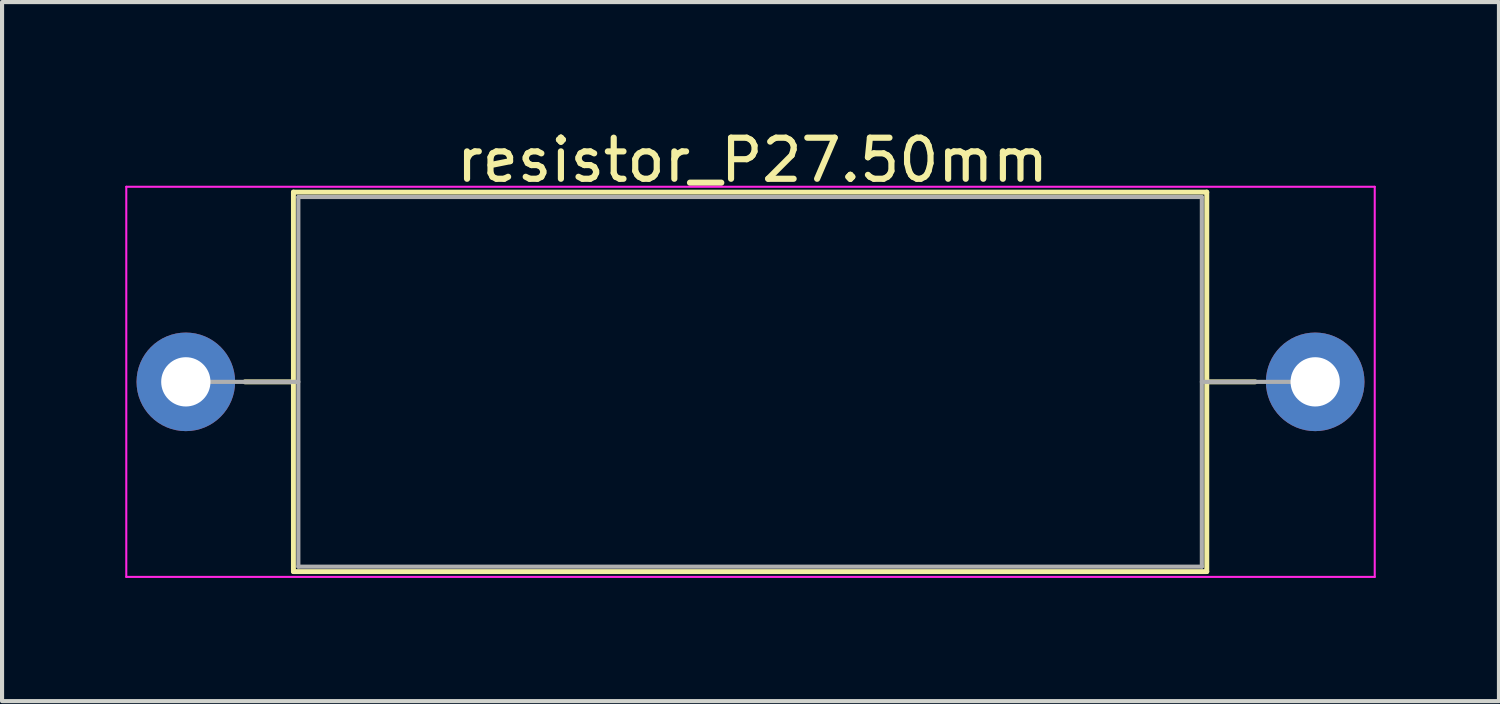
<source format=kicad_pcb>
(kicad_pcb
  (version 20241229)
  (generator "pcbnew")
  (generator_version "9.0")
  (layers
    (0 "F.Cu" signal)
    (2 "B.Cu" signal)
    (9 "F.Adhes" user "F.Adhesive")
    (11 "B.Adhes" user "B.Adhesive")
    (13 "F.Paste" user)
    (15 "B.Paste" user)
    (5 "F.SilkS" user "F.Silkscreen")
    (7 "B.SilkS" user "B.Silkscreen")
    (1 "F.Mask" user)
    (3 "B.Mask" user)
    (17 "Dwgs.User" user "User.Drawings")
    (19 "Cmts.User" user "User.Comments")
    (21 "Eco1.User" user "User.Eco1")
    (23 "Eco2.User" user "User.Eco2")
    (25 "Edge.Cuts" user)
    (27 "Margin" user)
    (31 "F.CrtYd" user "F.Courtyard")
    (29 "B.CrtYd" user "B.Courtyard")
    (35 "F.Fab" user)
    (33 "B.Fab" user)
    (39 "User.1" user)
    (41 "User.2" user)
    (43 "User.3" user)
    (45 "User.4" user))
  (footprint "resistor_P27.50mm"
    (layer "F.Cu")
    (at 1.475 6.248)
    (property "Reference" "resistor_P27.50mm" (at 13.8 -5.4 0) (layer "F.SilkS") (effects (font (size 1 1) (thickness 0.15))))
    (attr through_hole)
    (fp_line (start 1.44 0) (end 2.62 0) (stroke (width 0.12) (type solid)) (layer "F.SilkS"))
    (fp_line (start 2.62 -4.62) (end 2.62 4.62) (stroke (width 0.12) (type solid)) (layer "F.SilkS"))
    (fp_line (start 2.62 4.62) (end 24.86 4.62) (stroke (width 0.12) (type solid)) (layer "F.SilkS"))
    (fp_line (start 24.86 -4.62) (end 2.62 -4.62) (stroke (width 0.12) (type solid)) (layer "F.SilkS"))
    (fp_line (start 24.86 4.62) (end 24.86 -4.62) (stroke (width 0.12) (type solid)) (layer "F.SilkS"))
    (fp_line (start 26.04 0) (end 24.86 0) (stroke (width 0.12) (type solid)) (layer "F.SilkS"))
    (fp_line (start -1.45 -4.75) (end -1.45 4.75) (stroke (width 0.05) (type solid)) (layer "F.CrtYd"))
    (fp_line (start -1.45 4.75) (end 28.95 4.75) (stroke (width 0.05) (type solid)) (layer "F.CrtYd"))
    (fp_line (start 28.95 -4.75) (end -1.45 -4.75) (stroke (width 0.05) (type solid)) (layer "F.CrtYd"))
    (fp_line (start 28.95 4.75) (end 28.95 -4.75) (stroke (width 0.05) (type solid)) (layer "F.CrtYd"))
    (fp_line (start 0 0) (end 2.74 0) (stroke (width 0.1) (type solid)) (layer "F.Fab"))
    (fp_line (start 2.74 -4.5) (end 2.74 4.5) (stroke (width 0.1) (type solid)) (layer "F.Fab"))
    (fp_line (start 2.74 4.5) (end 24.74 4.5) (stroke (width 0.1) (type solid)) (layer "F.Fab"))
    (fp_line (start 24.74 -4.5) (end 2.74 -4.5) (stroke (width 0.1) (type solid)) (layer "F.Fab"))
    (fp_line (start 24.74 4.5) (end 24.74 -4.5) (stroke (width 0.1) (type solid)) (layer "F.Fab"))
    (fp_line (start 27.48 0) (end 24.74 0) (stroke (width 0.1) (type solid)) (layer "F.Fab"))
    (pad "1" thru_hole circle (at 0 0) (size 2.4 2.4) (drill 1.2) (layers "*.Cu" "*.Mask"))
    (pad "2" thru_hole oval (at 27.5 0) (size 2.4 2.4) (drill 1.2) (layers "*.Cu" "*.Mask")))
  (gr_rect
    (start -3 -3)
    (end 33.45 14.023)
    (stroke (width 0.1) (type default))
    (fill no)
    (layer "Edge.Cuts")))
</source>
